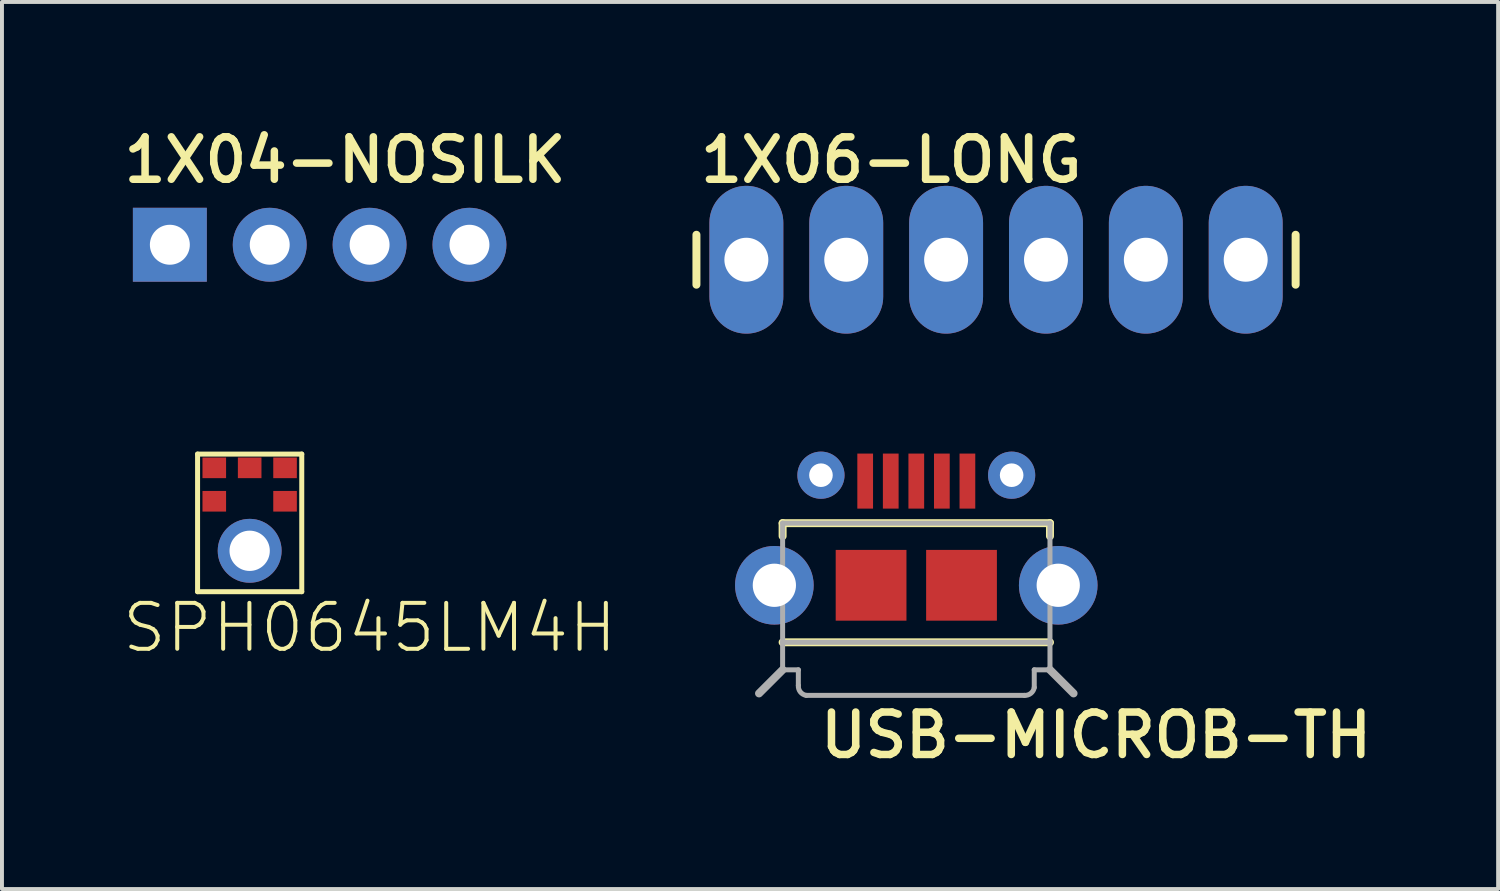
<source format=kicad_pcb>
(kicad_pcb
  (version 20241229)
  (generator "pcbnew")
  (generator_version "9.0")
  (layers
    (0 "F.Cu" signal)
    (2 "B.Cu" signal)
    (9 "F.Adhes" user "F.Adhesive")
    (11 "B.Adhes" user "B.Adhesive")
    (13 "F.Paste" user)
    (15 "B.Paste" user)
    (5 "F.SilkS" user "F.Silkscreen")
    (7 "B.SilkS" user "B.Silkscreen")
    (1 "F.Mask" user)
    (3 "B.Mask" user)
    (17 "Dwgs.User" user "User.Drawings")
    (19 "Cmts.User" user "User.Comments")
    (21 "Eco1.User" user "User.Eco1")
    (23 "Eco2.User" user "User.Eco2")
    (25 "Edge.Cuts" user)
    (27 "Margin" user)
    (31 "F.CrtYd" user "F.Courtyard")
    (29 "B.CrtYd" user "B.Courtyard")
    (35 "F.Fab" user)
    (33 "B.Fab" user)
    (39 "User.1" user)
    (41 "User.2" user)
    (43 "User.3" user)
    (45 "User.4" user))
  (footprint "SPH0645LM4H"
    (layer "F.Cu")
    (at 3.3 10.249)
    (property "Reference" "SPH0645LM4H" (at -3.3 3.35 0) (unlocked yes) (layer "F.SilkS") (effects (font (size 1.168 1.168) (thickness 0.102)) (justify left bottom)))
    (fp_line (start -1.325 -1.75) (end 1.325 -1.75) (stroke (width 0.127) (type solid)) (layer "F.SilkS"))
    (fp_line (start -1.325 1.75) (end -1.325 -1.75) (stroke (width 0.127) (type solid)) (layer "F.SilkS"))
    (fp_line (start 1.325 -1.75) (end 1.325 1.75) (stroke (width 0.127) (type solid)) (layer "F.SilkS"))
    (fp_line (start 1.325 1.75) (end -1.325 1.75) (stroke (width 0.127) (type solid)) (layer "F.SilkS"))
    (fp_arc (start -0.62 0.93) (mid -0.6608 0.705) (end -0.62 0.479999) (stroke (width 0.3) (type solid)) (layer "F.Paste"))
    (fp_arc (start -0.23 0.09) (mid -0.005 0.0492) (end 0.22 0.09) (stroke (width 0.3) (type solid)) (layer "F.Paste"))
    (fp_arc (start 0.22 1.33) (mid -0.005 1.3708) (end -0.230001 1.33) (stroke (width 0.3) (type solid)) (layer "F.Paste"))
    (fp_arc (start 0.62 0.49) (mid 0.6608 0.715) (end 0.62 0.940001) (stroke (width 0.3) (type solid)) (layer "F.Paste"))
    (pad "1" smd rect (at -0.9 -1.4) (size 0.6 0.525) (layers "F.Cu" "F.Mask" "F.Paste"))
    (pad "2" smd rect (at -0.9 -0.55) (size 0.6 0.525) (layers "F.Cu" "F.Mask" "F.Paste"))
    (pad "3" thru_hole circle (at 0 0.71) (size 1.625 1.625) (drill 1.025) (layers "*.Cu" "*.Mask"))
    (pad "4" smd rect (at 0.9 -0.55) (size 0.6 0.525) (layers "F.Cu" "F.Mask" "F.Paste"))
    (pad "5" smd rect (at 0.9 -1.4) (size 0.6 0.525) (layers "F.Cu" "F.Mask" "F.Paste"))
    (pad "6" smd rect (at 0 -1.4) (size 0.6 0.525) (layers "F.Cu" "F.Mask" "F.Paste")))
  (footprint "1X06-LONG"
    (layer "F.Cu")
    (at 22.283 3.556)
    (property "Reference" "1X06-LONG" (at -7.62 -1.905 0) (unlocked yes) (layer "F.SilkS") (effects (font (size 1.079 1.079) (thickness 0.191)) (justify left bottom)))
    (fp_line (start -7.62 -0.635) (end -7.62 0.635) (stroke (width 0.203) (type solid)) (layer "F.SilkS"))
    (fp_line (start 7.62 -0.635) (end 7.62 0.635) (stroke (width 0.203) (type solid)) (layer "F.SilkS"))
    (pad "1" thru_hole oval (at -6.35 0 90) (size 3.759 1.88) (drill 1.118) (layers "*.Cu" "*.Mask"))
    (pad "2" thru_hole oval (at -3.81 0 90) (size 3.759 1.88) (drill 1.118) (layers "*.Cu" "*.Mask"))
    (pad "3" thru_hole oval (at -1.27 0 90) (size 3.759 1.88) (drill 1.118) (layers "*.Cu" "*.Mask"))
    (pad "4" thru_hole oval (at 1.27 0 90) (size 3.759 1.88) (drill 1.118) (layers "*.Cu" "*.Mask"))
    (pad "5" thru_hole oval (at 3.81 0 90) (size 3.759 1.88) (drill 1.118) (layers "*.Cu" "*.Mask"))
    (pad "6" thru_hole oval (at 6.35 0 90) (size 3.759 1.88) (drill 1.118) (layers "*.Cu" "*.Mask")))
  (footprint "USB-MICROB-TH"
    (layer "F.Cu")
    (at 20.255 11.836)
    (property "Reference" "USB-MICROB-TH" (at -2.54 4.445 0) (unlocked yes) (layer "F.SilkS") (effects (font (size 1.079 1.079) (thickness 0.191)) (justify left bottom)))
    (fp_line (start -3.4 -1.58) (end 3.4 -1.58) (stroke (width 0.203) (type solid)) (layer "F.SilkS"))
    (fp_line (start -3.4 -1.25) (end -3.4 -1.58) (stroke (width 0.203) (type solid)) (layer "F.SilkS"))
    (fp_line (start -3.4 1.45) (end 3.4 1.45) (stroke (width 0.203) (type solid)) (layer "F.SilkS"))
    (fp_line (start 3.4 -1.25) (end 3.4 -1.58) (stroke (width 0.203) (type solid)) (layer "F.SilkS"))
    (fp_line (start -3.4 -1.58) (end 3.4 -1.58) (stroke (width 0.127) (type solid)) (layer "F.Fab"))
    (fp_line (start -3.4 1.45) (end -3.4 -1.58) (stroke (width 0.127) (type solid)) (layer "F.Fab"))
    (fp_line (start -3.4 1.45) (end 3.4 1.45) (stroke (width 0.127) (type solid)) (layer "F.Fab"))
    (fp_line (start -3.4 2.15) (end -4 2.75) (stroke (width 0.203) (type solid)) (layer "F.Fab"))
    (fp_line (start -3.4 2.15) (end -3.4 1.45) (stroke (width 0.127) (type solid)) (layer "F.Fab"))
    (fp_line (start -3.4 2.15) (end -3 2.15) (stroke (width 0.127) (type solid)) (layer "F.Fab"))
    (fp_line (start -3 2.15) (end -3 2.55) (stroke (width 0.127) (type solid)) (layer "F.Fab"))
    (fp_line (start -2.8 2.8) (end 2.75 2.8) (stroke (width 0.127) (type solid)) (layer "F.Fab"))
    (fp_line (start 3 2.15) (end 3.4 2.15) (stroke (width 0.127) (type solid)) (layer "F.Fab"))
    (fp_line (start 3 2.6) (end 3 2.15) (stroke (width 0.127) (type solid)) (layer "F.Fab"))
    (fp_line (start 3.4 -1.58) (end 3.4 1.45) (stroke (width 0.127) (type solid)) (layer "F.Fab"))
    (fp_line (start 3.4 1.45) (end 3.4 2.15) (stroke (width 0.127) (type solid)) (layer "F.Fab"))
    (fp_line (start 3.4 2.15) (end 4 2.75) (stroke (width 0.203) (type solid)) (layer "F.Fab"))
    (fp_arc (start -2.799998 2.8) (mid -2.948325 2.713661) (end -3 2.55) (stroke (width 0.127) (type solid)) (layer "F.Fab"))
    (fp_arc (start 3 2.599998) (mid 2.913661 2.748325) (end 2.75 2.8) (stroke (width 0.127) (type solid)) (layer "F.Fab"))
    (pad "D+" smd rect (at 0 -2.65 90) (size 1.4 0.4) (layers "F.Cu" "F.Mask" "F.Paste"))
    (pad "D-" smd rect (at -0.65 -2.65 90) (size 1.4 0.4) (layers "F.Cu" "F.Mask" "F.Paste"))
    (pad "GND" smd rect (at 1.3 -2.65 90) (size 1.4 0.4) (layers "F.Cu" "F.Mask" "F.Paste"))
    (pad "ID" smd rect (at 0.65 -2.65 90) (size 1.4 0.4) (layers "F.Cu" "F.Mask" "F.Paste"))
    (pad "M5" smd rect (at -1.15 0 90) (size 1.8 1.8) (layers "F.Cu" "F.Mask" "F.Paste"))
    (pad "M6" smd rect (at 1.15 0 90) (size 1.8 1.8) (layers "F.Cu" "F.Mask" "F.Paste"))
    (pad "MT1" thru_hole circle (at -2.425 -2.8) (size 1.2 1.2) (drill 0.6) (layers "*.Cu" "*.Mask"))
    (pad "MT2" thru_hole circle (at 2.425 -2.8) (size 1.2 1.2) (drill 0.6) (layers "*.Cu" "*.Mask"))
    (pad "MT3" thru_hole circle (at -3.61 0 180) (size 2 2) (drill 1.1) (layers "*.Cu" "*.Mask"))
    (pad "MT4" thru_hole circle (at 3.61 0 90) (size 2 2) (drill 1.1) (layers "*.Cu" "*.Mask"))
    (pad "VBUS" smd rect (at -1.3 -2.65 90) (size 1.4 0.4) (layers "F.Cu" "F.Mask" "F.Paste")))
  (footprint "1X04-NOSILK"
    (layer "F.Cu")
    (at 5.08 3.175)
    (property "Reference" "1X04-NOSILK" (at -5.08 -1.524 0) (unlocked yes) (layer "F.SilkS") (effects (font (size 1.079 1.079) (thickness 0.191)) (justify left bottom)))
    (pad "1" thru_hole rect (at -3.81 0 90) (size 1.88 1.88) (drill 1.016) (layers "*.Cu" "*.Mask"))
    (pad "2" thru_hole circle (at -1.27 0 90) (size 1.88 1.88) (drill 1.016) (layers "*.Cu" "*.Mask"))
    (pad "3" thru_hole circle (at 1.27 0 90) (size 1.88 1.88) (drill 1.016) (layers "*.Cu" "*.Mask"))
    (pad "4" thru_hole circle (at 3.81 0 90) (size 1.88 1.88) (drill 1.016) (layers "*.Cu" "*.Mask")))
  (gr_rect
    (start -3 -3)
    (end 35.053 19.561)
    (stroke (width 0.1) (type default))
    (fill no)
    (layer "Edge.Cuts")))
</source>
